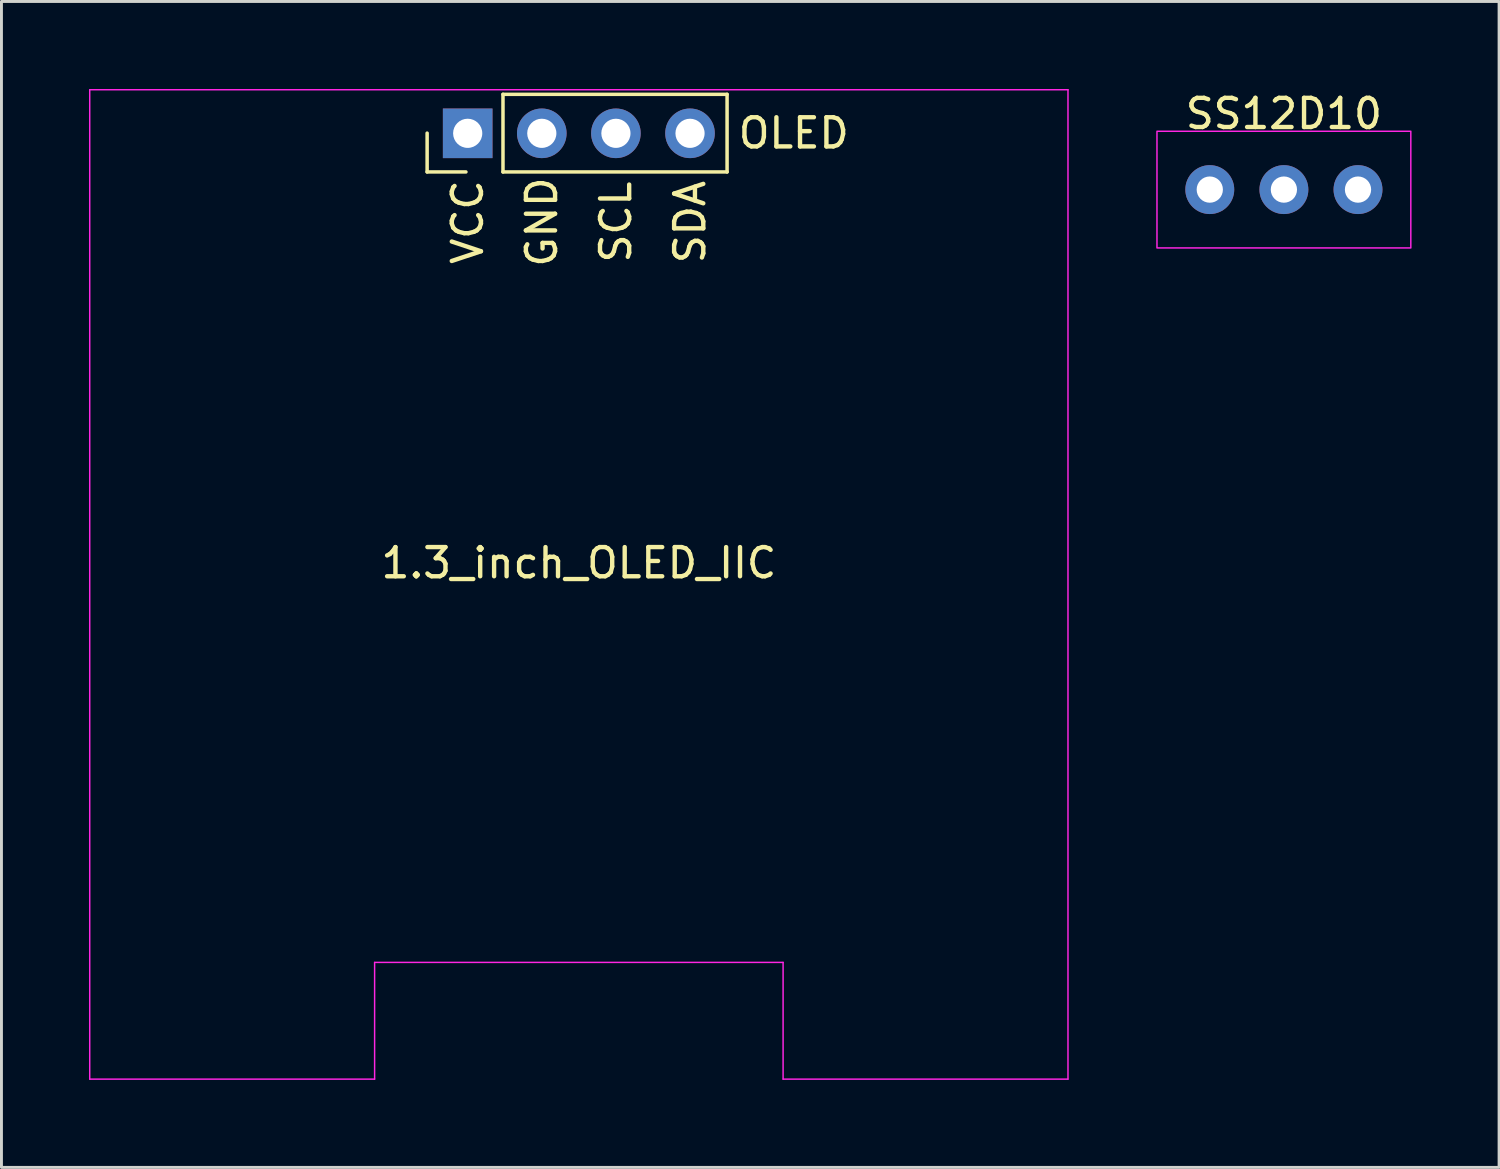
<source format=kicad_pcb>
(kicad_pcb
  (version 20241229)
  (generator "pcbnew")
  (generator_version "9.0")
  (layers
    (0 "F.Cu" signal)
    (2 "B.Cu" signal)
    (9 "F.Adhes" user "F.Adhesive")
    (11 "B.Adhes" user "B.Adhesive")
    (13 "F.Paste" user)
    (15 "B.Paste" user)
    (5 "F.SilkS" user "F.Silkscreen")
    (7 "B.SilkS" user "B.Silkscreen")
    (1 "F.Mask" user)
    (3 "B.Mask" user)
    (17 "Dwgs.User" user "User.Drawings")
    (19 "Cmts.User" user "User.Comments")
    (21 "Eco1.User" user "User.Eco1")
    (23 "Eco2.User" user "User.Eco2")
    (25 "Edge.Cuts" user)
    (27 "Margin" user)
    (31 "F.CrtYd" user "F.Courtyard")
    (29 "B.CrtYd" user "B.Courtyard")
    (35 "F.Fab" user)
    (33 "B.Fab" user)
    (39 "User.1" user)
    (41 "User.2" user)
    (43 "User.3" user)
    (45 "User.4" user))
  (footprint "1.3_inch_OLED_IIC"
    (layer "F.Cu")
    (at 16.789 16.245)
    (property "Reference" "1.3_inch_OLED_IIC" (at 0 0 180) (layer "F.SilkS") (effects (font (size 1 1) (thickness 0.15))))
    (attr through_hole)
    (fp_line (start -5.2 -13.402) (end -5.2 -14.732) (stroke (width 0.12) (type solid)) (layer "F.SilkS"))
    (fp_line (start -3.87 -13.402) (end -5.2 -13.402) (stroke (width 0.12) (type solid)) (layer "F.SilkS"))
    (fp_line (start -2.6 -16.062) (end 5.08 -16.062) (stroke (width 0.12) (type solid)) (layer "F.SilkS"))
    (fp_line (start -2.6 -13.402) (end -2.6 -16.062) (stroke (width 0.12) (type solid)) (layer "F.SilkS"))
    (fp_line (start -2.6 -13.402) (end 5.08 -13.402) (stroke (width 0.12) (type solid)) (layer "F.SilkS"))
    (fp_line (start 5.08 -13.402) (end 5.08 -16.062) (stroke (width 0.12) (type solid)) (layer "F.SilkS"))
    (fp_line (start -16.764 -16.22) (end 16.764 -16.22) (stroke (width 0.05) (type solid)) (layer "F.CrtYd"))
    (fp_line (start -16.764 17.69) (end -16.764 -16.22) (stroke (width 0.05) (type solid)) (layer "F.CrtYd"))
    (fp_line (start -7 13.69) (end -7 17.69) (stroke (width 0.05) (type solid)) (layer "F.CrtYd"))
    (fp_line (start -7 13.69) (end 7 13.69) (stroke (width 0.05) (type solid)) (layer "F.CrtYd"))
    (fp_line (start -7 17.69) (end -16.764 17.69) (stroke (width 0.05) (type solid)) (layer "F.CrtYd"))
    (fp_line (start 7 13.69) (end 7 17.69) (stroke (width 0.05) (type solid)) (layer "F.CrtYd"))
    (fp_line (start 16.764 -16.22) (end 16.764 17.69) (stroke (width 0.05) (type solid)) (layer "F.CrtYd"))
    (fp_line (start 16.764 17.69) (end 7 17.69) (stroke (width 0.05) (type solid)) (layer "F.CrtYd"))
    (fp_text user "GND" (at -1.27 -11.684 90) (unlocked yes) (layer "F.SilkS") (effects (font (size 1 1) (thickness 0.15))))
    (fp_text user "VCC" (at -3.81 -11.684 90) (unlocked yes) (layer "F.SilkS") (effects (font (size 1 1) (thickness 0.15))))
    (fp_text user "SDA" (at 3.81 -11.684 90) (unlocked yes) (layer "F.SilkS") (effects (font (size 1 1) (thickness 0.15))))
    (fp_text user "OLED" (at 7.366 -14.732 0) (unlocked yes) (layer "F.SilkS") (effects (font (size 1 1) (thickness 0.15))))
    (fp_text user "SCL" (at 1.27 -11.684 90) (unlocked yes) (layer "F.SilkS") (effects (font (size 1 1) (thickness 0.15))))
    (pad "1" thru_hole rect (at -3.81 -14.726 90) (size 1.7 1.7) (drill 1) (layers "*.Cu" "*.Mask"))
    (pad "2" thru_hole oval (at -1.27 -14.726 90) (size 1.7 1.7) (drill 1) (layers "*.Cu" "*.Mask"))
    (pad "3" thru_hole oval (at 1.27 -14.726 90) (size 1.7 1.7) (drill 1) (layers "*.Cu" "*.Mask"))
    (pad "4" thru_hole oval (at 3.81 -14.726 90) (size 1.7 1.7) (drill 1) (layers "*.Cu" "*.Mask")))
  (footprint "SS12D10"
    (layer "F.Cu")
    (at 40.953 3.448)
    (property "Reference" "SS12D10" (at 0 -2.6 0) (layer "F.SilkS") (effects (font (size 1 1) (thickness 0.15))))
    (attr through_hole)
    (fp_rect (start -4.35 -2) (end 4.35 2) (stroke (width 0.05) (type solid)) (fill no) (layer "F.CrtYd"))
    (pad "1" thru_hole circle (at -2.54 0) (size 1.676 1.676) (drill 0.9) (layers "*.Cu" "*.Mask"))
    (pad "2" thru_hole circle (at 0 0) (size 1.676 1.676) (drill 0.9) (layers "*.Cu" "*.Mask"))
    (pad "3" thru_hole circle (at 2.54 0) (size 1.676 1.676) (drill 0.9) (layers "*.Cu" "*.Mask")))
  (gr_rect
    (start -3 -3)
    (end 48.328 36.96)
    (stroke (width 0.1) (type default))
    (fill no)
    (layer "Edge.Cuts")))
</source>
